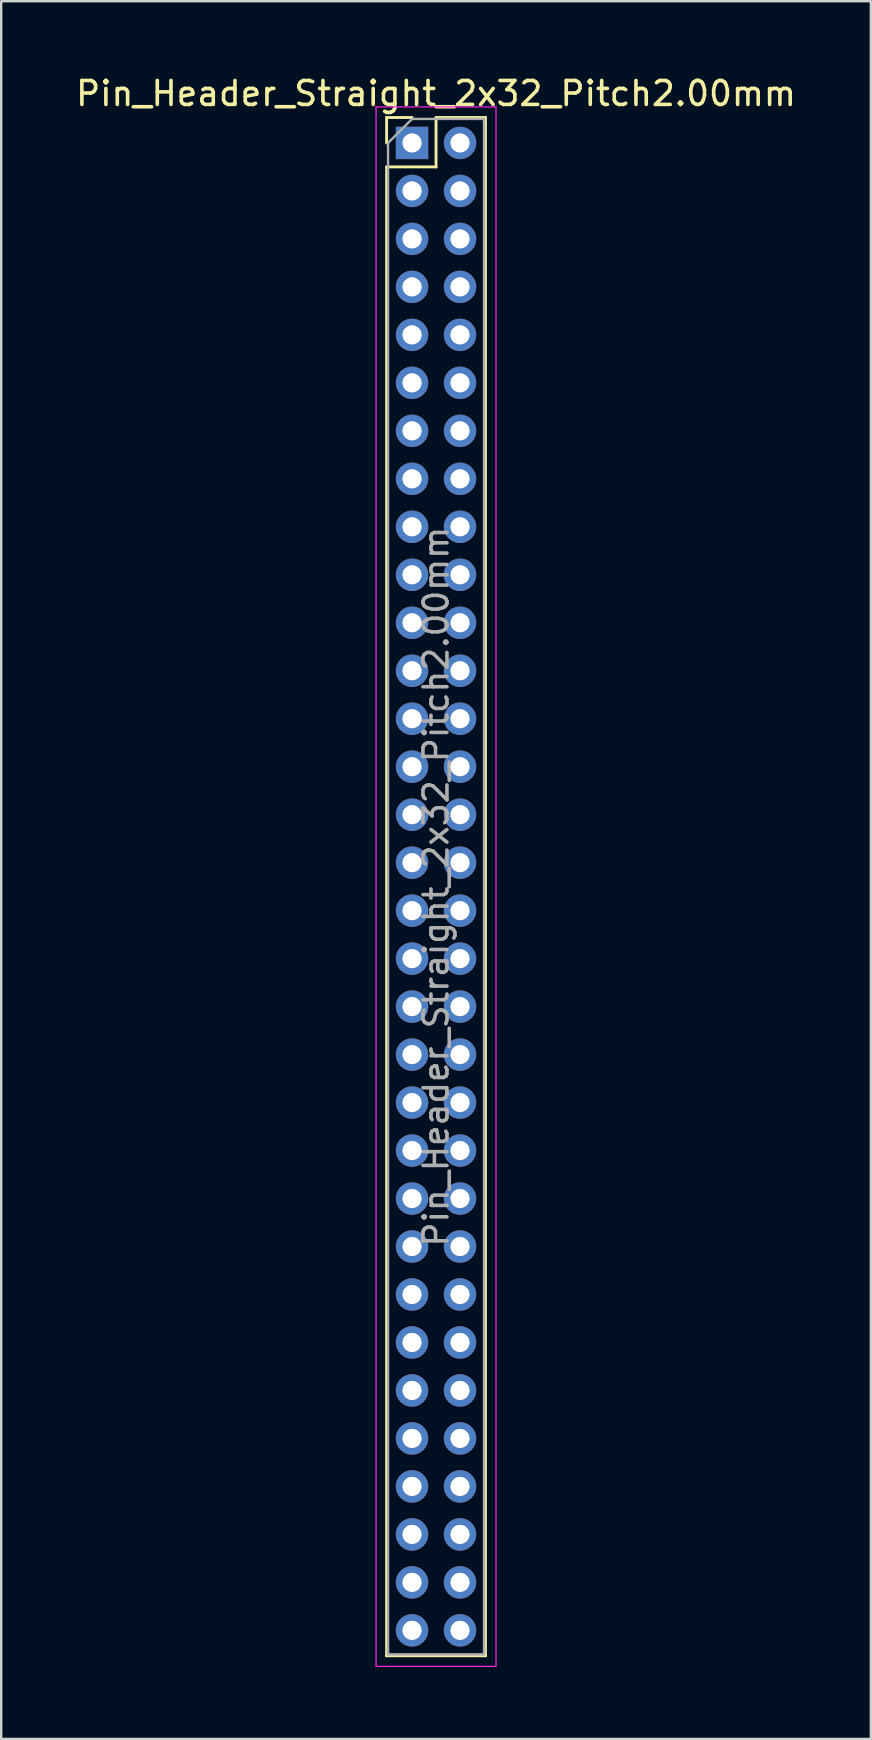
<source format=kicad_pcb>
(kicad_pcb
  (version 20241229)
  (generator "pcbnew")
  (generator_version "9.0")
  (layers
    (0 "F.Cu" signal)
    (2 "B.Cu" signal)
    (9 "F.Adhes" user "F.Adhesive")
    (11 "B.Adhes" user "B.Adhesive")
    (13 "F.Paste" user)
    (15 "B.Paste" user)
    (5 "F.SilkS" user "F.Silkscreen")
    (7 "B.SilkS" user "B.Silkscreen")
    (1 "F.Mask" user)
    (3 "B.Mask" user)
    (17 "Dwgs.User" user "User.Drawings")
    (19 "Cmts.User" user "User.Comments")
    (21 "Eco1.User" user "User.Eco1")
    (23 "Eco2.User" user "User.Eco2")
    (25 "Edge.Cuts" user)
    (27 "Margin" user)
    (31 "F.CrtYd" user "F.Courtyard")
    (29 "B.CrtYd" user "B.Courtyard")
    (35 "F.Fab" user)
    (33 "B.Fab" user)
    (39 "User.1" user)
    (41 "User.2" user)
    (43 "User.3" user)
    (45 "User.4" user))
  (footprint "Pin_Header_Straight_2x32_Pitch2.00mm"
    (layer "F.Cu")
    (at 14.125 2.908)
    (property "Reference" "Pin_Header_Straight_2x32_Pitch2.00mm" (at 1 -2.06 0) (layer "F.SilkS") (effects (font (size 1 1) (thickness 0.15))))
    (attr through_hole)
    (fp_line (start -1.06 -1.06) (end 0 -1.06) (stroke (width 0.12) (type solid)) (layer "F.SilkS"))
    (fp_line (start -1.06 0) (end -1.06 -1.06) (stroke (width 0.12) (type solid)) (layer "F.SilkS"))
    (fp_line (start -1.06 1) (end -1.06 63.06) (stroke (width 0.12) (type solid)) (layer "F.SilkS"))
    (fp_line (start -1.06 1) (end 1 1) (stroke (width 0.12) (type solid)) (layer "F.SilkS"))
    (fp_line (start -1.06 63.06) (end 3.06 63.06) (stroke (width 0.12) (type solid)) (layer "F.SilkS"))
    (fp_line (start 1 -1.06) (end 3.06 -1.06) (stroke (width 0.12) (type solid)) (layer "F.SilkS"))
    (fp_line (start 1 1) (end 1 -1.06) (stroke (width 0.12) (type solid)) (layer "F.SilkS"))
    (fp_line (start 3.06 -1.06) (end 3.06 63.06) (stroke (width 0.12) (type solid)) (layer "F.SilkS"))
    (fp_line (start -1.5 -1.5) (end -1.5 63.5) (stroke (width 0.05) (type solid)) (layer "F.CrtYd"))
    (fp_line (start -1.5 63.5) (end 3.5 63.5) (stroke (width 0.05) (type solid)) (layer "F.CrtYd"))
    (fp_line (start 3.5 -1.5) (end -1.5 -1.5) (stroke (width 0.05) (type solid)) (layer "F.CrtYd"))
    (fp_line (start 3.5 63.5) (end 3.5 -1.5) (stroke (width 0.05) (type solid)) (layer "F.CrtYd"))
    (fp_line (start -1 0) (end 0 -1) (stroke (width 0.1) (type solid)) (layer "F.Fab"))
    (fp_line (start -1 63) (end -1 0) (stroke (width 0.1) (type solid)) (layer "F.Fab"))
    (fp_line (start 0 -1) (end 3 -1) (stroke (width 0.1) (type solid)) (layer "F.Fab"))
    (fp_line (start 3 -1) (end 3 63) (stroke (width 0.1) (type solid)) (layer "F.Fab"))
    (fp_line (start 3 63) (end -1 63) (stroke (width 0.1) (type solid)) (layer "F.Fab"))
    (fp_text user "${REFERENCE}" (at 1 31 90) (layer "F.Fab") (effects (font (size 1 1) (thickness 0.15))))
    (pad "1" thru_hole rect (at 0 0) (size 1.35 1.35) (drill 0.8) (layers "*.Cu" "*.Mask"))
    (pad "2" thru_hole oval (at 2 0) (size 1.35 1.35) (drill 0.8) (layers "*.Cu" "*.Mask"))
    (pad "3" thru_hole oval (at 0 2) (size 1.35 1.35) (drill 0.8) (layers "*.Cu" "*.Mask"))
    (pad "4" thru_hole oval (at 2 2) (size 1.35 1.35) (drill 0.8) (layers "*.Cu" "*.Mask"))
    (pad "5" thru_hole oval (at 0 4) (size 1.35 1.35) (drill 0.8) (layers "*.Cu" "*.Mask"))
    (pad "6" thru_hole oval (at 2 4) (size 1.35 1.35) (drill 0.8) (layers "*.Cu" "*.Mask"))
    (pad "7" thru_hole oval (at 0 6) (size 1.35 1.35) (drill 0.8) (layers "*.Cu" "*.Mask"))
    (pad "8" thru_hole oval (at 2 6) (size 1.35 1.35) (drill 0.8) (layers "*.Cu" "*.Mask"))
    (pad "9" thru_hole oval (at 0 8) (size 1.35 1.35) (drill 0.8) (layers "*.Cu" "*.Mask"))
    (pad "10" thru_hole oval (at 2 8) (size 1.35 1.35) (drill 0.8) (layers "*.Cu" "*.Mask"))
    (pad "11" thru_hole oval (at 0 10) (size 1.35 1.35) (drill 0.8) (layers "*.Cu" "*.Mask"))
    (pad "12" thru_hole oval (at 2 10) (size 1.35 1.35) (drill 0.8) (layers "*.Cu" "*.Mask"))
    (pad "13" thru_hole oval (at 0 12) (size 1.35 1.35) (drill 0.8) (layers "*.Cu" "*.Mask"))
    (pad "14" thru_hole oval (at 2 12) (size 1.35 1.35) (drill 0.8) (layers "*.Cu" "*.Mask"))
    (pad "15" thru_hole oval (at 0 14) (size 1.35 1.35) (drill 0.8) (layers "*.Cu" "*.Mask"))
    (pad "16" thru_hole oval (at 2 14) (size 1.35 1.35) (drill 0.8) (layers "*.Cu" "*.Mask"))
    (pad "17" thru_hole oval (at 0 16) (size 1.35 1.35) (drill 0.8) (layers "*.Cu" "*.Mask"))
    (pad "18" thru_hole oval (at 2 16) (size 1.35 1.35) (drill 0.8) (layers "*.Cu" "*.Mask"))
    (pad "19" thru_hole oval (at 0 18) (size 1.35 1.35) (drill 0.8) (layers "*.Cu" "*.Mask"))
    (pad "20" thru_hole oval (at 2 18) (size 1.35 1.35) (drill 0.8) (layers "*.Cu" "*.Mask"))
    (pad "21" thru_hole oval (at 0 20) (size 1.35 1.35) (drill 0.8) (layers "*.Cu" "*.Mask"))
    (pad "22" thru_hole oval (at 2 20) (size 1.35 1.35) (drill 0.8) (layers "*.Cu" "*.Mask"))
    (pad "23" thru_hole oval (at 0 22) (size 1.35 1.35) (drill 0.8) (layers "*.Cu" "*.Mask"))
    (pad "24" thru_hole oval (at 2 22) (size 1.35 1.35) (drill 0.8) (layers "*.Cu" "*.Mask"))
    (pad "25" thru_hole oval (at 0 24) (size 1.35 1.35) (drill 0.8) (layers "*.Cu" "*.Mask"))
    (pad "26" thru_hole oval (at 2 24) (size 1.35 1.35) (drill 0.8) (layers "*.Cu" "*.Mask"))
    (pad "27" thru_hole oval (at 0 26) (size 1.35 1.35) (drill 0.8) (layers "*.Cu" "*.Mask"))
    (pad "28" thru_hole oval (at 2 26) (size 1.35 1.35) (drill 0.8) (layers "*.Cu" "*.Mask"))
    (pad "29" thru_hole oval (at 0 28) (size 1.35 1.35) (drill 0.8) (layers "*.Cu" "*.Mask"))
    (pad "30" thru_hole oval (at 2 28) (size 1.35 1.35) (drill 0.8) (layers "*.Cu" "*.Mask"))
    (pad "31" thru_hole oval (at 0 30) (size 1.35 1.35) (drill 0.8) (layers "*.Cu" "*.Mask"))
    (pad "32" thru_hole oval (at 2 30) (size 1.35 1.35) (drill 0.8) (layers "*.Cu" "*.Mask"))
    (pad "33" thru_hole oval (at 0 32) (size 1.35 1.35) (drill 0.8) (layers "*.Cu" "*.Mask"))
    (pad "34" thru_hole oval (at 2 32) (size 1.35 1.35) (drill 0.8) (layers "*.Cu" "*.Mask"))
    (pad "35" thru_hole oval (at 0 34) (size 1.35 1.35) (drill 0.8) (layers "*.Cu" "*.Mask"))
    (pad "36" thru_hole oval (at 2 34) (size 1.35 1.35) (drill 0.8) (layers "*.Cu" "*.Mask"))
    (pad "37" thru_hole oval (at 0 36) (size 1.35 1.35) (drill 0.8) (layers "*.Cu" "*.Mask"))
    (pad "38" thru_hole oval (at 2 36) (size 1.35 1.35) (drill 0.8) (layers "*.Cu" "*.Mask"))
    (pad "39" thru_hole oval (at 0 38) (size 1.35 1.35) (drill 0.8) (layers "*.Cu" "*.Mask"))
    (pad "40" thru_hole oval (at 2 38) (size 1.35 1.35) (drill 0.8) (layers "*.Cu" "*.Mask"))
    (pad "41" thru_hole oval (at 0 40) (size 1.35 1.35) (drill 0.8) (layers "*.Cu" "*.Mask"))
    (pad "42" thru_hole oval (at 2 40) (size 1.35 1.35) (drill 0.8) (layers "*.Cu" "*.Mask"))
    (pad "43" thru_hole oval (at 0 42) (size 1.35 1.35) (drill 0.8) (layers "*.Cu" "*.Mask"))
    (pad "44" thru_hole oval (at 2 42) (size 1.35 1.35) (drill 0.8) (layers "*.Cu" "*.Mask"))
    (pad "45" thru_hole oval (at 0 44) (size 1.35 1.35) (drill 0.8) (layers "*.Cu" "*.Mask"))
    (pad "46" thru_hole oval (at 2 44) (size 1.35 1.35) (drill 0.8) (layers "*.Cu" "*.Mask"))
    (pad "47" thru_hole oval (at 0 46) (size 1.35 1.35) (drill 0.8) (layers "*.Cu" "*.Mask"))
    (pad "48" thru_hole oval (at 2 46) (size 1.35 1.35) (drill 0.8) (layers "*.Cu" "*.Mask"))
    (pad "49" thru_hole oval (at 0 48) (size 1.35 1.35) (drill 0.8) (layers "*.Cu" "*.Mask"))
    (pad "50" thru_hole oval (at 2 48) (size 1.35 1.35) (drill 0.8) (layers "*.Cu" "*.Mask"))
    (pad "51" thru_hole oval (at 0 50) (size 1.35 1.35) (drill 0.8) (layers "*.Cu" "*.Mask"))
    (pad "52" thru_hole oval (at 2 50) (size 1.35 1.35) (drill 0.8) (layers "*.Cu" "*.Mask"))
    (pad "53" thru_hole oval (at 0 52) (size 1.35 1.35) (drill 0.8) (layers "*.Cu" "*.Mask"))
    (pad "54" thru_hole oval (at 2 52) (size 1.35 1.35) (drill 0.8) (layers "*.Cu" "*.Mask"))
    (pad "55" thru_hole oval (at 0 54) (size 1.35 1.35) (drill 0.8) (layers "*.Cu" "*.Mask"))
    (pad "56" thru_hole oval (at 2 54) (size 1.35 1.35) (drill 0.8) (layers "*.Cu" "*.Mask"))
    (pad "57" thru_hole oval (at 0 56) (size 1.35 1.35) (drill 0.8) (layers "*.Cu" "*.Mask"))
    (pad "58" thru_hole oval (at 2 56) (size 1.35 1.35) (drill 0.8) (layers "*.Cu" "*.Mask"))
    (pad "59" thru_hole oval (at 0 58) (size 1.35 1.35) (drill 0.8) (layers "*.Cu" "*.Mask"))
    (pad "60" thru_hole oval (at 2 58) (size 1.35 1.35) (drill 0.8) (layers "*.Cu" "*.Mask"))
    (pad "61" thru_hole oval (at 0 60) (size 1.35 1.35) (drill 0.8) (layers "*.Cu" "*.Mask"))
    (pad "62" thru_hole oval (at 2 60) (size 1.35 1.35) (drill 0.8) (layers "*.Cu" "*.Mask"))
    (pad "63" thru_hole oval (at 0 62) (size 1.35 1.35) (drill 0.8) (layers "*.Cu" "*.Mask"))
    (pad "64" thru_hole oval (at 2 62) (size 1.35 1.35) (drill 0.8) (layers "*.Cu" "*.Mask")))
  (gr_rect
    (start -3 -3)
    (end 33.25 69.433)
    (stroke (width 0.1) (type default))
    (fill no)
    (layer "Edge.Cuts")))
</source>
